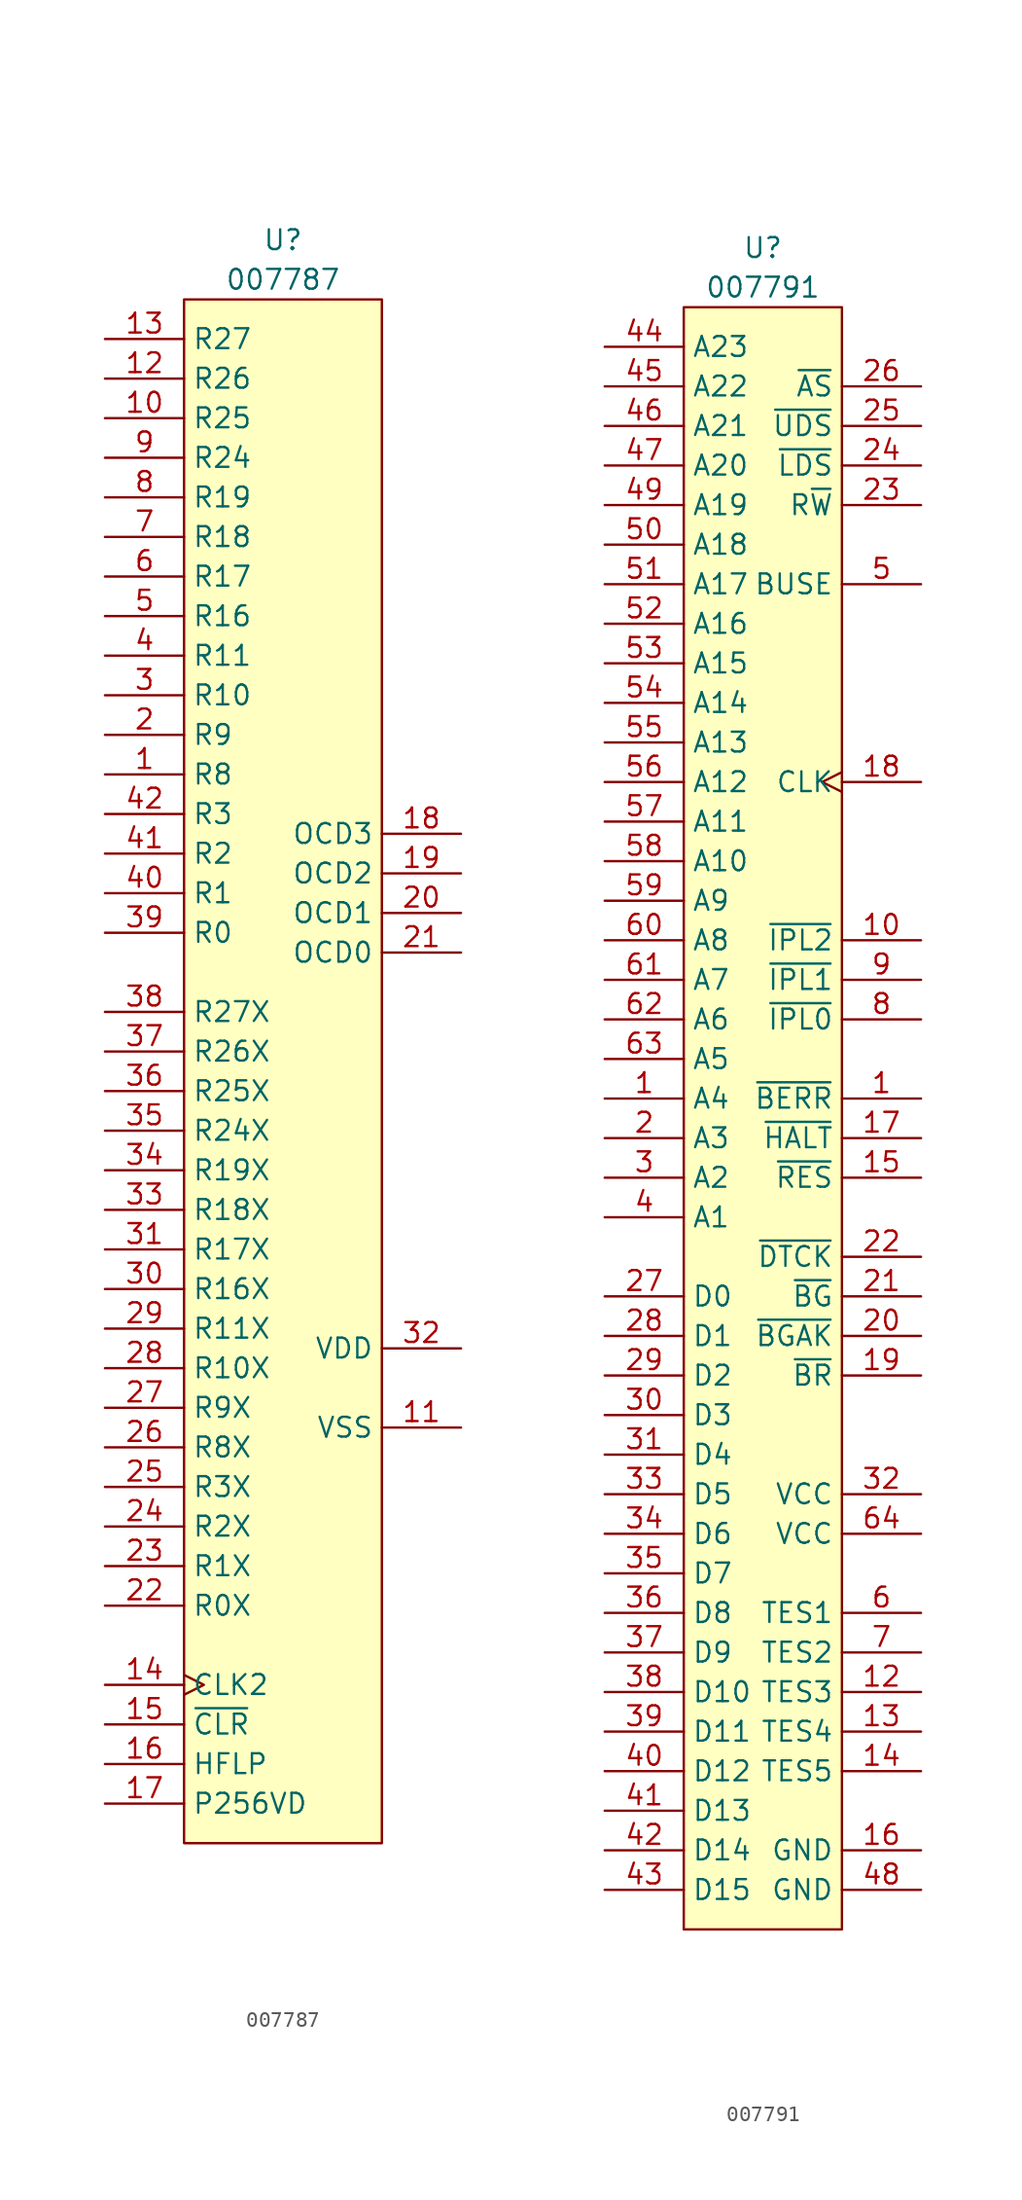
<source format=kicad_sym>
(kicad_symbol_lib
  (version 20231120)
  (generator "kicad_symbol_editor")
  (generator_version "8.0")
  (symbol "007787"
    (property "Reference" "U"
      (at 0 53.34 0)
      (effects (font (size 1.27 1.27))))
    (property "Value" "007787"
      (at 0 50.8 0)
      (effects (font (size 1.27 1.27))))
    (symbol "007787_0_1"
      (rectangle (start -6.35 49.53) (end 6.35 -49.53) (stroke (width 0) (type default)) (fill (type background))))
    (symbol "007787_1_1"
      (pin input line (at -11.43 19.05 0) (length 5.08) (name "R8" (effects (font (size 1.27 1.27)))) (number "1" (effects (font (size 1.27 1.27)))))
      (pin input line (at -11.43 41.91 0) (length 5.08) (name "R25" (effects (font (size 1.27 1.27)))) (number "10" (effects (font (size 1.27 1.27)))))
      (pin power_in line (at 11.43 -22.86 180) (length 5.08) (name "VSS" (effects (font (size 1.27 1.27)))) (number "11" (effects (font (size 1.27 1.27)))))
      (pin input line (at -11.43 44.45 0) (length 5.08) (name "R26" (effects (font (size 1.27 1.27)))) (number "12" (effects (font (size 1.27 1.27)))))
      (pin input line (at -11.43 46.99 0) (length 5.08) (name "R27" (effects (font (size 1.27 1.27)))) (number "13" (effects (font (size 1.27 1.27)))))
      (pin input clock (at -11.43 -39.37 0) (length 5.08) (name "CLK2" (effects (font (size 1.27 1.27)))) (number "14" (effects (font (size 1.27 1.27)))))
      (pin input line (at -11.43 -41.91 0) (length 5.08) (name "~{CLR}" (effects (font (size 1.27 1.27)))) (number "15" (effects (font (size 1.27 1.27)))))
      (pin input line (at -11.43 -44.45 0) (length 5.08) (name "HFLP" (effects (font (size 1.27 1.27)))) (number "16" (effects (font (size 1.27 1.27)))))
      (pin input line (at -11.43 -46.99 0) (length 5.08) (name "P256VD" (effects (font (size 1.27 1.27)))) (number "17" (effects (font (size 1.27 1.27)))))
      (pin output line (at 11.43 15.24 180) (length 5.08) (name "OCD3" (effects (font (size 1.27 1.27)))) (number "18" (effects (font (size 1.27 1.27)))))
      (pin output line (at 11.43 12.7 180) (length 5.08) (name "OCD2" (effects (font (size 1.27 1.27)))) (number "19" (effects (font (size 1.27 1.27)))))
      (pin input line (at -11.43 21.59 0) (length 5.08) (name "R9" (effects (font (size 1.27 1.27)))) (number "2" (effects (font (size 1.27 1.27)))))
      (pin output line (at 11.43 10.16 180) (length 5.08) (name "OCD1" (effects (font (size 1.27 1.27)))) (number "20" (effects (font (size 1.27 1.27)))))
      (pin output line (at 11.43 7.62 180) (length 5.08) (name "OCD0" (effects (font (size 1.27 1.27)))) (number "21" (effects (font (size 1.27 1.27)))))
      (pin input line (at -11.43 -34.29 0) (length 5.08) (name "R0X" (effects (font (size 1.27 1.27)))) (number "22" (effects (font (size 1.27 1.27)))))
      (pin input line (at -11.43 -31.75 0) (length 5.08) (name "R1X" (effects (font (size 1.27 1.27)))) (number "23" (effects (font (size 1.27 1.27)))))
      (pin input line (at -11.43 -29.21 0) (length 5.08) (name "R2X" (effects (font (size 1.27 1.27)))) (number "24" (effects (font (size 1.27 1.27)))))
      (pin input line (at -11.43 -26.67 0) (length 5.08) (name "R3X" (effects (font (size 1.27 1.27)))) (number "25" (effects (font (size 1.27 1.27)))))
      (pin input line (at -11.43 -24.13 0) (length 5.08) (name "R8X" (effects (font (size 1.27 1.27)))) (number "26" (effects (font (size 1.27 1.27)))))
      (pin input line (at -11.43 -21.59 0) (length 5.08) (name "R9X" (effects (font (size 1.27 1.27)))) (number "27" (effects (font (size 1.27 1.27)))))
      (pin input line (at -11.43 -19.05 0) (length 5.08) (name "R10X" (effects (font (size 1.27 1.27)))) (number "28" (effects (font (size 1.27 1.27)))))
      (pin input line (at -11.43 -16.51 0) (length 5.08) (name "R11X" (effects (font (size 1.27 1.27)))) (number "29" (effects (font (size 1.27 1.27)))))
      (pin input line (at -11.43 24.13 0) (length 5.08) (name "R10" (effects (font (size 1.27 1.27)))) (number "3" (effects (font (size 1.27 1.27)))))
      (pin input line (at -11.43 -13.97 0) (length 5.08) (name "R16X" (effects (font (size 1.27 1.27)))) (number "30" (effects (font (size 1.27 1.27)))))
      (pin input line (at -11.43 -11.43 0) (length 5.08) (name "R17X" (effects (font (size 1.27 1.27)))) (number "31" (effects (font (size 1.27 1.27)))))
      (pin power_in line (at 11.43 -17.78 180) (length 5.08) (name "VDD" (effects (font (size 1.27 1.27)))) (number "32" (effects (font (size 1.27 1.27)))))
      (pin input line (at -11.43 -8.89 0) (length 5.08) (name "R18X" (effects (font (size 1.27 1.27)))) (number "33" (effects (font (size 1.27 1.27)))))
      (pin input line (at -11.43 -6.35 0) (length 5.08) (name "R19X" (effects (font (size 1.27 1.27)))) (number "34" (effects (font (size 1.27 1.27)))))
      (pin input line (at -11.43 -3.81 0) (length 5.08) (name "R24X" (effects (font (size 1.27 1.27)))) (number "35" (effects (font (size 1.27 1.27)))))
      (pin input line (at -11.43 -1.27 0) (length 5.08) (name "R25X" (effects (font (size 1.27 1.27)))) (number "36" (effects (font (size 1.27 1.27)))))
      (pin input line (at -11.43 1.27 0) (length 5.08) (name "R26X" (effects (font (size 1.27 1.27)))) (number "37" (effects (font (size 1.27 1.27)))))
      (pin input line (at -11.43 3.81 0) (length 5.08) (name "R27X" (effects (font (size 1.27 1.27)))) (number "38" (effects (font (size 1.27 1.27)))))
      (pin input line (at -11.43 8.89 0) (length 5.08) (name "R0" (effects (font (size 1.27 1.27)))) (number "39" (effects (font (size 1.27 1.27)))))
      (pin input line (at -11.43 26.67 0) (length 5.08) (name "R11" (effects (font (size 1.27 1.27)))) (number "4" (effects (font (size 1.27 1.27)))))
      (pin input line (at -11.43 11.43 0) (length 5.08) (name "R1" (effects (font (size 1.27 1.27)))) (number "40" (effects (font (size 1.27 1.27)))))
      (pin input line (at -11.43 13.97 0) (length 5.08) (name "R2" (effects (font (size 1.27 1.27)))) (number "41" (effects (font (size 1.27 1.27)))))
      (pin input line (at -11.43 16.51 0) (length 5.08) (name "R3" (effects (font (size 1.27 1.27)))) (number "42" (effects (font (size 1.27 1.27)))))
      (pin input line (at -11.43 29.21 0) (length 5.08) (name "R16" (effects (font (size 1.27 1.27)))) (number "5" (effects (font (size 1.27 1.27)))))
      (pin input line (at -11.43 31.75 0) (length 5.08) (name "R17" (effects (font (size 1.27 1.27)))) (number "6" (effects (font (size 1.27 1.27)))))
      (pin input line (at -11.43 34.29 0) (length 5.08) (name "R18" (effects (font (size 1.27 1.27)))) (number "7" (effects (font (size 1.27 1.27)))))
      (pin input line (at -11.43 36.83 0) (length 5.08) (name "R19" (effects (font (size 1.27 1.27)))) (number "8" (effects (font (size 1.27 1.27)))))
      (pin input line (at -11.43 39.37 0) (length 5.08) (name "R24" (effects (font (size 1.27 1.27)))) (number "9" (effects (font (size 1.27 1.27)))))))
  (symbol "007791"
    (property "Reference" "U"
      (at 0 57.15 0)
      (effects (font (size 1.27 1.27))))
    (property "Value" "007791"
      (at 0 54.61 0)
      (effects (font (size 1.27 1.27))))
    (symbol "007791_0_1"
      (rectangle (start -5.08 53.34) (end 5.08 -50.8) (stroke (width 0) (type default)) (fill (type background))))
    (symbol "007791_1_1"
      (pin input line (at -10.16 2.54 0) (length 5.08) (name "A4" (effects (font (size 1.27 1.27)))) (number "1" (effects (font (size 1.27 1.27)))))
      (pin input line (at 10.16 2.54 180) (length 5.08) (name "~{BERR}" (effects (font (size 1.27 1.27)))) (number "1" (effects (font (size 1.27 1.27)))))
      (pin input line (at 10.16 12.7 180) (length 5.08) (name "~{IPL2}" (effects (font (size 1.27 1.27)))) (number "10" (effects (font (size 1.27 1.27)))))
      (pin input line (at 10.16 -35.56 180) (length 5.08) (name "TES3" (effects (font (size 1.27 1.27)))) (number "12" (effects (font (size 1.27 1.27)))))
      (pin input line (at 10.16 -38.1 180) (length 5.08) (name "TES4" (effects (font (size 1.27 1.27)))) (number "13" (effects (font (size 1.27 1.27)))))
      (pin input line (at 10.16 -40.64 180) (length 5.08) (name "TES5" (effects (font (size 1.27 1.27)))) (number "14" (effects (font (size 1.27 1.27)))))
      (pin input line (at 10.16 -2.54 180) (length 5.08) (name "~{RES}" (effects (font (size 1.27 1.27)))) (number "15" (effects (font (size 1.27 1.27)))))
      (pin power_in line (at 10.16 -45.72 180) (length 5.08) (name "GND" (effects (font (size 1.27 1.27)))) (number "16" (effects (font (size 1.27 1.27)))))
      (pin input line (at 10.16 0 180) (length 5.08) (name "~{HALT}" (effects (font (size 1.27 1.27)))) (number "17" (effects (font (size 1.27 1.27)))))
      (pin input clock (at 10.16 22.86 180) (length 5.08) (name "CLK" (effects (font (size 1.27 1.27)))) (number "18" (effects (font (size 1.27 1.27)))))
      (pin input line (at 10.16 -15.24 180) (length 5.08) (name "~{BR}" (effects (font (size 1.27 1.27)))) (number "19" (effects (font (size 1.27 1.27)))))
      (pin input line (at -10.16 0 0) (length 5.08) (name "A3" (effects (font (size 1.27 1.27)))) (number "2" (effects (font (size 1.27 1.27)))))
      (pin input line (at 10.16 -12.7 180) (length 5.08) (name "~{BGAK}" (effects (font (size 1.27 1.27)))) (number "20" (effects (font (size 1.27 1.27)))))
      (pin input line (at 10.16 -10.16 180) (length 5.08) (name "~{BG}" (effects (font (size 1.27 1.27)))) (number "21" (effects (font (size 1.27 1.27)))))
      (pin input line (at 10.16 -7.62 180) (length 5.08) (name "~{DTCK}" (effects (font (size 1.27 1.27)))) (number "22" (effects (font (size 1.27 1.27)))))
      (pin input line (at 10.16 40.64 180) (length 5.08) (name "R~{W}" (effects (font (size 1.27 1.27)))) (number "23" (effects (font (size 1.27 1.27)))))
      (pin input line (at 10.16 43.18 180) (length 5.08) (name "~{LDS}" (effects (font (size 1.27 1.27)))) (number "24" (effects (font (size 1.27 1.27)))))
      (pin input line (at 10.16 45.72 180) (length 5.08) (name "~{UDS}" (effects (font (size 1.27 1.27)))) (number "25" (effects (font (size 1.27 1.27)))))
      (pin input line (at 10.16 48.26 180) (length 5.08) (name "~{AS}" (effects (font (size 1.27 1.27)))) (number "26" (effects (font (size 1.27 1.27)))))
      (pin input line (at -10.16 -10.16 0) (length 5.08) (name "D0" (effects (font (size 1.27 1.27)))) (number "27" (effects (font (size 1.27 1.27)))))
      (pin input line (at -10.16 -12.7 0) (length 5.08) (name "D1" (effects (font (size 1.27 1.27)))) (number "28" (effects (font (size 1.27 1.27)))))
      (pin input line (at -10.16 -15.24 0) (length 5.08) (name "D2" (effects (font (size 1.27 1.27)))) (number "29" (effects (font (size 1.27 1.27)))))
      (pin input line (at -10.16 -2.54 0) (length 5.08) (name "A2" (effects (font (size 1.27 1.27)))) (number "3" (effects (font (size 1.27 1.27)))))
      (pin input line (at -10.16 -17.78 0) (length 5.08) (name "D3" (effects (font (size 1.27 1.27)))) (number "30" (effects (font (size 1.27 1.27)))))
      (pin input line (at -10.16 -20.32 0) (length 5.08) (name "D4" (effects (font (size 1.27 1.27)))) (number "31" (effects (font (size 1.27 1.27)))))
      (pin power_in line (at 10.16 -22.86 180) (length 5.08) (name "VCC" (effects (font (size 1.27 1.27)))) (number "32" (effects (font (size 1.27 1.27)))))
      (pin input line (at -10.16 -22.86 0) (length 5.08) (name "D5" (effects (font (size 1.27 1.27)))) (number "33" (effects (font (size 1.27 1.27)))))
      (pin input line (at -10.16 -25.4 0) (length 5.08) (name "D6" (effects (font (size 1.27 1.27)))) (number "34" (effects (font (size 1.27 1.27)))))
      (pin input line (at -10.16 -27.94 0) (length 5.08) (name "D7" (effects (font (size 1.27 1.27)))) (number "35" (effects (font (size 1.27 1.27)))))
      (pin input line (at -10.16 -30.48 0) (length 5.08) (name "D8" (effects (font (size 1.27 1.27)))) (number "36" (effects (font (size 1.27 1.27)))))
      (pin input line (at -10.16 -33.02 0) (length 5.08) (name "D9" (effects (font (size 1.27 1.27)))) (number "37" (effects (font (size 1.27 1.27)))))
      (pin input line (at -10.16 -35.56 0) (length 5.08) (name "D10" (effects (font (size 1.27 1.27)))) (number "38" (effects (font (size 1.27 1.27)))))
      (pin input line (at -10.16 -38.1 0) (length 5.08) (name "D11" (effects (font (size 1.27 1.27)))) (number "39" (effects (font (size 1.27 1.27)))))
      (pin input line (at -10.16 -5.08 0) (length 5.08) (name "A1" (effects (font (size 1.27 1.27)))) (number "4" (effects (font (size 1.27 1.27)))))
      (pin input line (at -10.16 -40.64 0) (length 5.08) (name "D12" (effects (font (size 1.27 1.27)))) (number "40" (effects (font (size 1.27 1.27)))))
      (pin input line (at -10.16 -43.18 0) (length 5.08) (name "D13" (effects (font (size 1.27 1.27)))) (number "41" (effects (font (size 1.27 1.27)))))
      (pin input line (at -10.16 -45.72 0) (length 5.08) (name "D14" (effects (font (size 1.27 1.27)))) (number "42" (effects (font (size 1.27 1.27)))))
      (pin input line (at -10.16 -48.26 0) (length 5.08) (name "D15" (effects (font (size 1.27 1.27)))) (number "43" (effects (font (size 1.27 1.27)))))
      (pin input line (at -10.16 50.8 0) (length 5.08) (name "A23" (effects (font (size 1.27 1.27)))) (number "44" (effects (font (size 1.27 1.27)))))
      (pin input line (at -10.16 48.26 0) (length 5.08) (name "A22" (effects (font (size 1.27 1.27)))) (number "45" (effects (font (size 1.27 1.27)))))
      (pin input line (at -10.16 45.72 0) (length 5.08) (name "A21" (effects (font (size 1.27 1.27)))) (number "46" (effects (font (size 1.27 1.27)))))
      (pin input line (at -10.16 43.18 0) (length 5.08) (name "A20" (effects (font (size 1.27 1.27)))) (number "47" (effects (font (size 1.27 1.27)))))
      (pin power_in line (at 10.16 -48.26 180) (length 5.08) (name "GND" (effects (font (size 1.27 1.27)))) (number "48" (effects (font (size 1.27 1.27)))))
      (pin input line (at -10.16 40.64 0) (length 5.08) (name "A19" (effects (font (size 1.27 1.27)))) (number "49" (effects (font (size 1.27 1.27)))))
      (pin tri_state line (at 10.16 35.56 180) (length 5.08) (name "BUSE" (effects (font (size 1.27 1.27)))) (number "5" (effects (font (size 1.27 1.27)))))
      (pin input line (at -10.16 38.1 0) (length 5.08) (name "A18" (effects (font (size 1.27 1.27)))) (number "50" (effects (font (size 1.27 1.27)))))
      (pin input line (at -10.16 35.56 0) (length 5.08) (name "A17" (effects (font (size 1.27 1.27)))) (number "51" (effects (font (size 1.27 1.27)))))
      (pin input line (at -10.16 33.02 0) (length 5.08) (name "A16" (effects (font (size 1.27 1.27)))) (number "52" (effects (font (size 1.27 1.27)))))
      (pin input line (at -10.16 30.48 0) (length 5.08) (name "A15" (effects (font (size 1.27 1.27)))) (number "53" (effects (font (size 1.27 1.27)))))
      (pin input line (at -10.16 27.94 0) (length 5.08) (name "A14" (effects (font (size 1.27 1.27)))) (number "54" (effects (font (size 1.27 1.27)))))
      (pin input line (at -10.16 25.4 0) (length 5.08) (name "A13" (effects (font (size 1.27 1.27)))) (number "55" (effects (font (size 1.27 1.27)))))
      (pin input line (at -10.16 22.86 0) (length 5.08) (name "A12" (effects (font (size 1.27 1.27)))) (number "56" (effects (font (size 1.27 1.27)))))
      (pin input line (at -10.16 20.32 0) (length 5.08) (name "A11" (effects (font (size 1.27 1.27)))) (number "57" (effects (font (size 1.27 1.27)))))
      (pin input line (at -10.16 17.78 0) (length 5.08) (name "A10" (effects (font (size 1.27 1.27)))) (number "58" (effects (font (size 1.27 1.27)))))
      (pin input line (at -10.16 15.24 0) (length 5.08) (name "A9" (effects (font (size 1.27 1.27)))) (number "59" (effects (font (size 1.27 1.27)))))
      (pin input line (at 10.16 -30.48 180) (length 5.08) (name "TES1" (effects (font (size 1.27 1.27)))) (number "6" (effects (font (size 1.27 1.27)))))
      (pin input line (at -10.16 12.7 0) (length 5.08) (name "A8" (effects (font (size 1.27 1.27)))) (number "60" (effects (font (size 1.27 1.27)))))
      (pin input line (at -10.16 10.16 0) (length 5.08) (name "A7" (effects (font (size 1.27 1.27)))) (number "61" (effects (font (size 1.27 1.27)))))
      (pin input line (at -10.16 7.62 0) (length 5.08) (name "A6" (effects (font (size 1.27 1.27)))) (number "62" (effects (font (size 1.27 1.27)))))
      (pin input line (at -10.16 5.08 0) (length 5.08) (name "A5" (effects (font (size 1.27 1.27)))) (number "63" (effects (font (size 1.27 1.27)))))
      (pin power_in line (at 10.16 -25.4 180) (length 5.08) (name "VCC" (effects (font (size 1.27 1.27)))) (number "64" (effects (font (size 1.27 1.27)))))
      (pin input line (at 10.16 -33.02 180) (length 5.08) (name "TES2" (effects (font (size 1.27 1.27)))) (number "7" (effects (font (size 1.27 1.27)))))
      (pin input line (at 10.16 7.62 180) (length 5.08) (name "~{IPL0}" (effects (font (size 1.27 1.27)))) (number "8" (effects (font (size 1.27 1.27)))))
      (pin input line (at 10.16 10.16 180) (length 5.08) (name "~{IPL1}" (effects (font (size 1.27 1.27)))) (number "9" (effects (font (size 1.27 1.27))))))))
</source>
